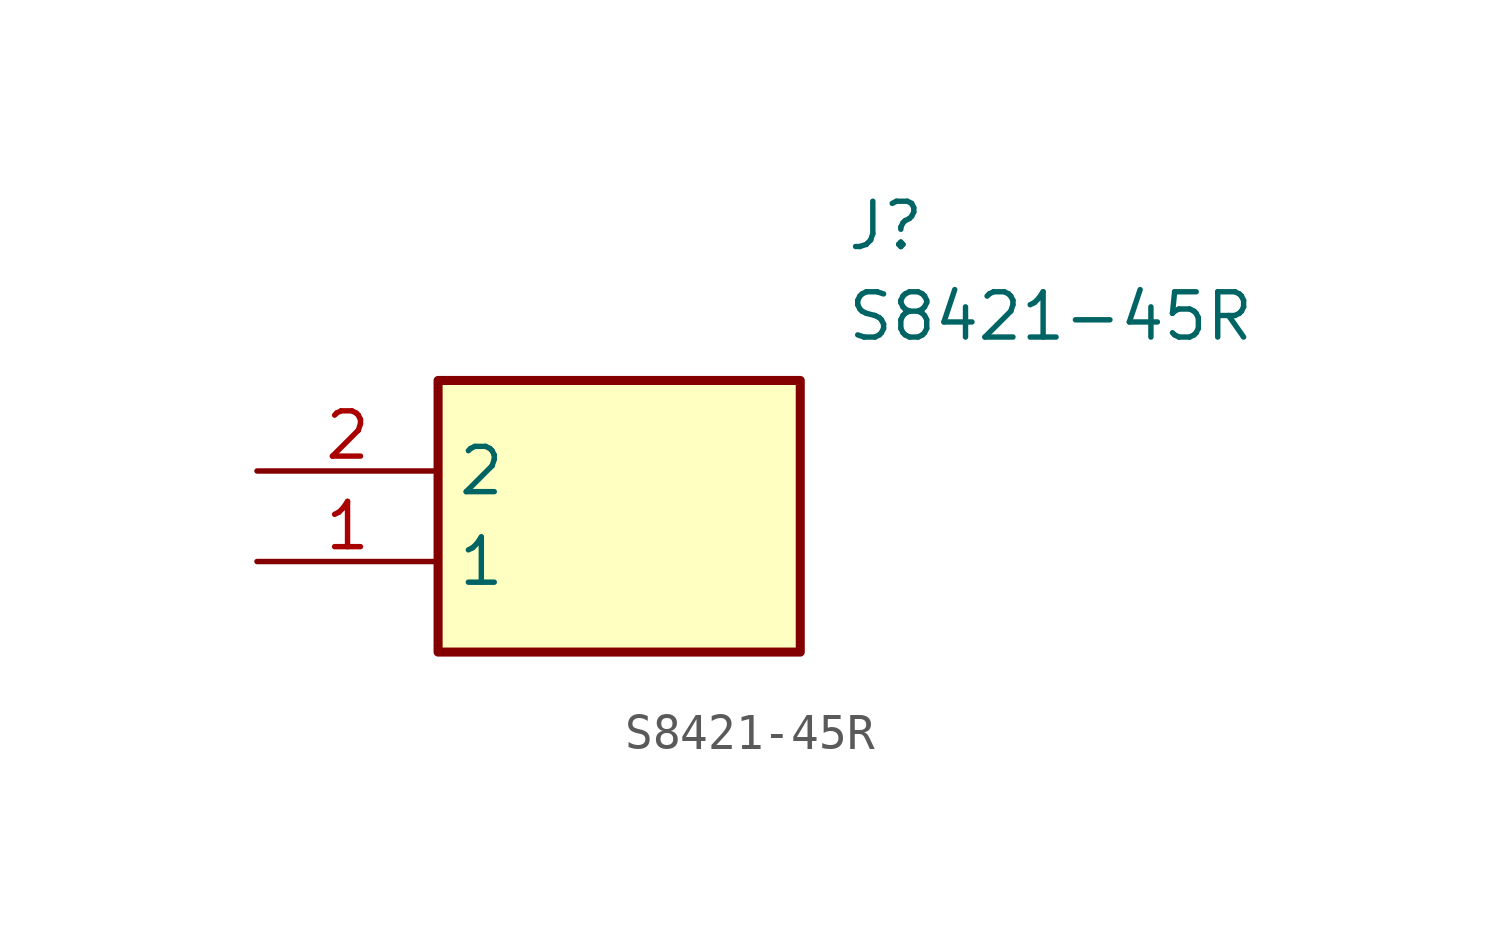
<source format=kicad_sym>
(kicad_symbol_lib
  (version 20211014)
  (generator SamacSys_ECAD_Model)
  (symbol "S8421-45R"
    (property "Reference" "J"
      (at 16.51 7.62 0)
      (effects (font (size 1.27 1.27)) (justify left top)))
    (property "Value" "S8421-45R"
      (at 16.51 5.08 0)
      (effects (font (size 1.27 1.27)) (justify left top)))
    (rectangle
      (start 5.08 2.54)
      (end 15.24 -5.08)
      (stroke (width 0.254) (type default))
      (fill (type background)))
    (pin passive line
      (at 0 -2.54 0)
      (length 5.08)
      (name "1" (effects (font (size 1.27 1.27))))
      (number "1" (effects (font (size 1.27 1.27)))))
    (pin passive line
      (at 0 0 0)
      (length 5.08)
      (name "2" (effects (font (size 1.27 1.27))))
      (number "2" (effects (font (size 1.27 1.27)))))))
</source>
